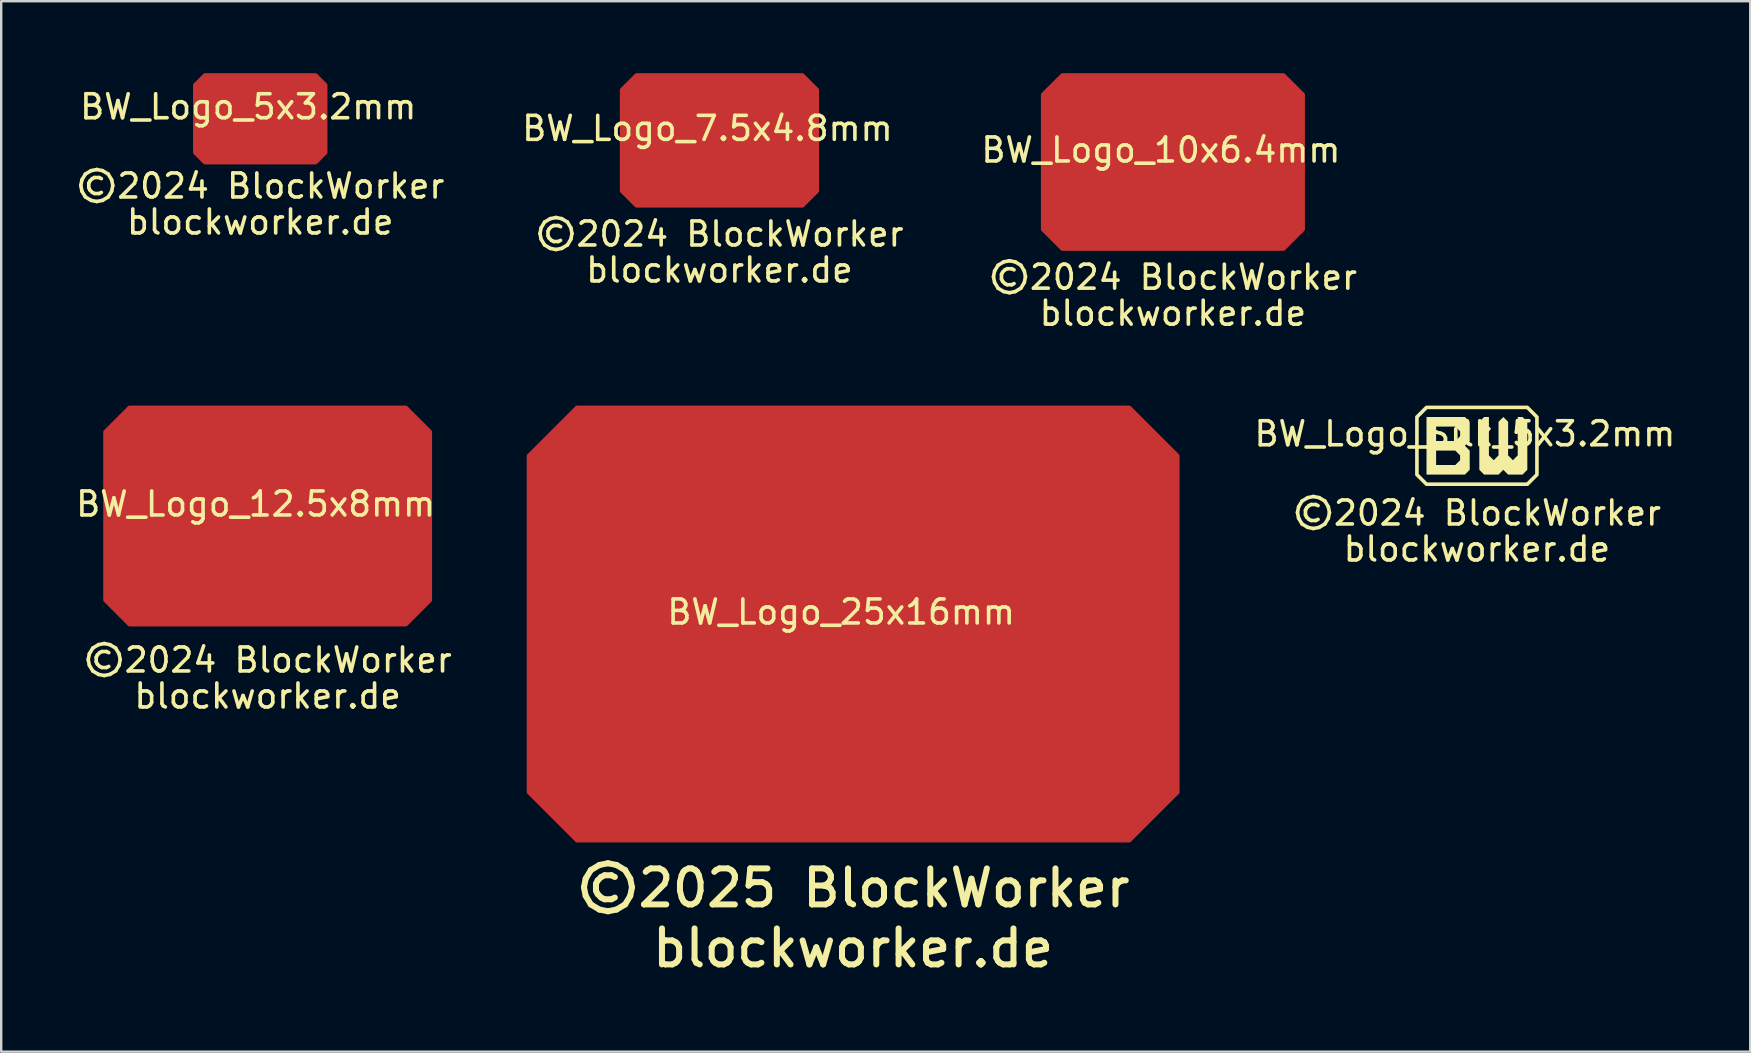
<source format=kicad_pcb>
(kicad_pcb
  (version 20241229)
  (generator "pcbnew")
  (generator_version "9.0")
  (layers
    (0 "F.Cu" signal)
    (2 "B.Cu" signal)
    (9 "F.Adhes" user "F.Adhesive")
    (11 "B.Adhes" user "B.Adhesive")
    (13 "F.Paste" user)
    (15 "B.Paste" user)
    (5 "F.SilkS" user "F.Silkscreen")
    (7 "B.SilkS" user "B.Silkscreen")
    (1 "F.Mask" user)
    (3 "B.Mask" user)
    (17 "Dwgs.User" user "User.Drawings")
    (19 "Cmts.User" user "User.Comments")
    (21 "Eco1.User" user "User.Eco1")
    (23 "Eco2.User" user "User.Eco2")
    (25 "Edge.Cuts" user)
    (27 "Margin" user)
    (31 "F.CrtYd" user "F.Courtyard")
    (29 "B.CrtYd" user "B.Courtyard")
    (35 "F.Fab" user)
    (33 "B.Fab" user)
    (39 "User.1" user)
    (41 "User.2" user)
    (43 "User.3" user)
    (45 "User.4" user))
  (footprint "BW_Logo_25x16mm"
    (layer "F.Cu")
    (at 32.493 22.948)
    (property "Reference" "BW_Logo_25x16mm" (at -0.5 -0.5 0) (unlocked yes) (layer "F.SilkS") (effects (font (size 1 1) (thickness 0.15))))
    (attr smd board_only exclude_from_pos_files exclude_from_bom)
    (fp_poly (pts (xy -13.5 -7) (xy -11.5 -9) (xy 11.5 -9) (xy 13.5 -7) (xy 13.5 7) (xy 11.5 9) (xy -11.5 9) (xy -13.5 7)) (stroke (width 0.2) (type solid)) (fill yes) (layer "F.Cu"))
    (fp_poly (pts (xy -12.5 -6) (xy -10.5 -8) (xy 10.5 -8) (xy 12.5 -6) (xy 12.5 6) (xy 10.5 8) (xy -10.5 8) (xy -12.5 6)) (stroke (width 0.5) (type solid)) (fill no) (layer "F.Mask"))
    (fp_poly (pts (xy -10.5 -6) (xy -10.5 -1) (xy -8.5 -1) (xy -8.5 -4) (xy -4.5 -4) (xy -3.5 -3) (xy -3.5 -2) (xy -4.5 -1) (xy -1.5 -1) (xy -1.5 -5) (xy -2.5 -6)) (stroke (width 0) (type solid)) (fill yes) (layer "F.Mask"))
    (fp_poly (pts (xy -10.5 -1) (xy -10.5 6) (xy -2.5 6) (xy -1.5 5) (xy -1.5 1) (xy -2.5 0) (xy -1.5 -1) (xy -8.5 -1) (xy -8.5 1) (xy -4.5 1) (xy -3.5 2) (xy -3.5 3) (xy -4.5 4) (xy -8.5 4) (xy -8.5 -1)) (stroke (width 0) (type solid)) (fill yes) (layer "F.Mask"))
    (fp_poly (pts (xy 0.5 -5) (xy 0.5 5) (xy 1.5 6) (xy 4.5 6) (xy 5.5 5) (xy 6.5 6) (xy 9.5 6) (xy 10.5 5) (xy 10.5 -5) (xy 9.5 -6) (xy 8.5 -6) (xy 8.5 2) (xy 7.5 3) (xy 6.5 2) (xy 6.5 -5) (xy 5.5 -6) (xy 4.5 -5) (xy 4.5 2) (xy 3.5 3) (xy 2.5 2) (xy 2.5 -6) (xy 1.5 -6)) (stroke (width 0) (type solid)) (fill yes) (layer "F.Mask"))
    (fp_text user "blockworker.de" (at 0 13.5 0) (unlocked yes) (layer "F.SilkS") (effects (font (size 1.5 1.5) (thickness 0.25))))
    (fp_text user "©2025 BlockWorker" (at 0 11 0) (unlocked yes) (layer "F.SilkS") (effects (font (size 1.5 1.5) (thickness 0.25)))))
  (footprint "BW_Logo_Silk_5x3.2mm"
    (layer "F.Cu")
    (at 58.48 15.523)
    (property "Reference" "BW_Logo_Silk_5x3.2mm" (at -0.5 -0.5 0) (unlocked yes) (layer "F.SilkS") (effects (font (size 1 1) (thickness 0.15))))
    (attr smd board_only exclude_from_pos_files exclude_from_bom)
    (fp_poly (pts (xy -2.1 -1.6) (xy -2.5 -1.2) (xy -2.5 1.2) (xy -2.1 1.6) (xy 2.1 1.6) (xy 2.5 1.2) (xy 2.5 -1.2) (xy 2.1 -1.6)) (stroke (width 0.15) (type solid)) (fill no) (layer "F.SilkS"))
    (fp_poly (pts (xy -2.1 -0.2) (xy -2.1 -1.2) (xy -0.5 -1.2) (xy -0.3 -1) (xy -0.3 -0.2) (xy -0.9 -0.2) (xy -0.7 -0.4) (xy -0.7 -0.6) (xy -0.9 -0.8) (xy -1.7 -0.8) (xy -1.7 -0.2)) (stroke (width 0) (type solid)) (fill yes) (layer "F.SilkS"))
    (fp_poly (pts (xy -0.5 1.2) (xy -2.1 1.2) (xy -2.1 -0.2) (xy -0.3 -0.2) (xy -0.5 0) (xy -0.3 0.2) (xy -1.7 0.2) (xy -1.7 0.8) (xy -0.9 0.8) (xy -0.7 0.6) (xy -0.7 0.4) (xy -0.9 0.2) (xy -0.3 0.2) (xy -0.3 1)) (stroke (width 0) (type solid)) (fill yes) (layer "F.SilkS"))
    (fp_poly (pts (xy 0.1 -1) (xy 0.1 1) (xy 0.3 1.2) (xy 0.9 1.2) (xy 1.1 1) (xy 1.3 1.2) (xy 1.9 1.2) (xy 2.1 1) (xy 2.1 -1) (xy 1.9 -1.2) (xy 1.7 -1.2) (xy 1.7 0.4) (xy 1.5 0.6) (xy 1.3 0.4) (xy 1.3 -1) (xy 1.1 -1.2) (xy 0.9 -1) (xy 0.9 0.4) (xy 0.7 0.6) (xy 0.5 0.4) (xy 0.5 -1.2) (xy 0.3 -1.2)) (stroke (width 0) (type solid)) (fill yes) (layer "F.SilkS"))
    (fp_text user "©2024 BlockWorker" (at 0 2.8 0) (unlocked yes) (layer "F.SilkS") (effects (font (size 1 1) (thickness 0.15))))
    (fp_text user "blockworker.de" (at 0 4.3 0) (unlocked yes) (layer "F.SilkS") (effects (font (size 1 1) (thickness 0.15)))))
  (footprint "BW_Logo_10x6.4mm"
    (layer "F.Cu")
    (at 45.815 3.7)
    (property "Reference" "BW_Logo_10x6.4mm" (at -0.5 -0.5 0) (unlocked yes) (layer "F.SilkS") (effects (font (size 1 1) (thickness 0.15))))
    (attr smd)
    (fp_poly (pts (xy -4.6 3.6) (xy -5.4 2.8) (xy -5.4 -2.8) (xy -4.6 -3.6) (xy 4.6 -3.6) (xy 5.4 -2.8) (xy 5.4 2.8) (xy 4.6 3.6)) (stroke (width 0.2) (type solid)) (fill yes) (layer "F.Cu"))
    (fp_poly (pts (xy -5 2.4) (xy -4.2 3.2) (xy 4.2 3.2) (xy 5 2.4) (xy 5 -2.4) (xy 4.2 -3.2) (xy -4.2 -3.2) (xy -5 -2.4)) (stroke (width 0.2) (type solid)) (fill no) (layer "F.Mask"))
    (fp_poly (pts (xy -4.2 -1.6) (xy -4.2 -2.4) (xy -1 -2.4) (xy -0.6 -2) (xy -0.6 -0.4) (xy -1.8 -0.4) (xy -1.4 -0.8) (xy -1.4 -1.2) (xy -1.8 -1.6)) (stroke (width 0) (type solid)) (fill yes) (layer "F.Mask"))
    (fp_poly (pts (xy -4.2 2.4) (xy -1 2.4) (xy -0.6 2) (xy -0.6 0.4) (xy -1 0) (xy -0.6 -0.4) (xy -3.4 -0.4) (xy -3.4 0.4) (xy -1.8 0.4) (xy -1.4 0.8) (xy -1.4 1.2) (xy -1.8 1.6) (xy -3.4 1.6) (xy -3.4 -1.6) (xy -4.2 -1.6)) (stroke (width 0) (type solid)) (fill yes) (layer "F.Mask"))
    (fp_poly (pts (xy 0.2 -2) (xy 0.6 -2.4) (xy 1 -2.4) (xy 1 0.8) (xy 1.4 1.2) (xy 1.8 0.8) (xy 1.8 -2) (xy 2.2 -2.4) (xy 2.6 -2) (xy 2.6 0.8) (xy 3 1.2) (xy 3.4 0.8) (xy 3.4 -2.4) (xy 3.8 -2.4) (xy 4.2 -2) (xy 4.2 2) (xy 3.8 2.4) (xy 2.6 2.4) (xy 2.2 2) (xy 1.8 2.4) (xy 0.6 2.4) (xy 0.2 2)) (stroke (width 0) (type solid)) (fill yes) (layer "F.Mask"))
    (fp_text user "blockworker.de" (at 0 6.3 0) (unlocked yes) (layer "F.SilkS") (effects (font (size 1 1) (thickness 0.15))))
    (fp_text user "©2024 BlockWorker" (at 0 4.8 0) (unlocked yes) (layer "F.SilkS") (effects (font (size 1 1) (thickness 0.15)))))
  (footprint "BW_Logo_12.5x8mm"
    (layer "F.Cu")
    (at 8.101 18.448)
    (property "Reference" "BW_Logo_12.5x8mm" (at -0.5 -0.5 0) (unlocked yes) (layer "F.SilkS") (effects (font (size 1 1) (thickness 0.15))))
    (attr smd board_only exclude_from_pos_files exclude_from_bom)
    (fp_poly (pts (xy -5.75 -4.5) (xy -6.75 -3.5) (xy -6.75 3.5) (xy -5.75 4.5) (xy 5.75 4.5) (xy 6.75 3.5) (xy 6.75 -3.5) (xy 5.75 -4.5)) (stroke (width 0.2) (type solid)) (fill yes) (layer "F.Cu"))
    (fp_poly (pts (xy -5.25 -4) (xy -6.25 -3) (xy -6.25 3) (xy -5.25 4) (xy 5.25 4) (xy 6.25 3) (xy 6.25 -3) (xy 5.25 -4)) (stroke (width 0.2) (type solid)) (fill no) (layer "F.Mask"))
    (fp_poly (pts (xy -5.25 -0.5) (xy -5.25 -3) (xy -1.25 -3) (xy -0.75 -2.5) (xy -0.75 -0.5) (xy -2.25 -0.5) (xy -1.75 -1) (xy -1.75 -1.5) (xy -2.25 -2) (xy -4.25 -2) (xy -4.25 -0.5)) (stroke (width 0) (type solid)) (fill yes) (layer "F.Mask"))
    (fp_poly (pts (xy -1.25 3) (xy -5.25 3) (xy -5.25 -0.5) (xy -0.75 -0.5) (xy -1.25 0) (xy -0.75 0.5) (xy -4.25 0.5) (xy -4.25 2) (xy -2.25 2) (xy -1.75 1.5) (xy -1.75 1) (xy -2.25 0.5) (xy -0.75 0.5) (xy -0.75 2.5)) (stroke (width 0) (type solid)) (fill yes) (layer "F.Mask"))
    (fp_poly (pts (xy 0.25 -2.5) (xy 0.25 2.5) (xy 0.75 3) (xy 2.25 3) (xy 2.75 2.5) (xy 3.25 3) (xy 4.75 3) (xy 5.25 2.5) (xy 5.25 -2.5) (xy 4.75 -3) (xy 4.25 -3) (xy 4.25 1) (xy 3.75 1.5) (xy 3.25 1) (xy 3.25 -2.5) (xy 2.75 -3) (xy 2.25 -2.5) (xy 2.25 1) (xy 1.75 1.5) (xy 1.25 1) (xy 1.25 -3) (xy 0.75 -3)) (stroke (width 0.1) (type solid)) (fill yes) (layer "F.Mask"))
    (fp_text user "©2024 BlockWorker" (at 0 6 0) (unlocked yes) (layer "F.SilkS") (effects (font (size 1 1) (thickness 0.15))))
    (fp_text user "blockworker.de" (at 0 7.5 0) (unlocked yes) (layer "F.SilkS") (effects (font (size 1 1) (thickness 0.15)))))
  (footprint "BW_Logo_5x3.2mm"
    (layer "F.Cu")
    (at 7.792 1.9)
    (property "Reference" "BW_Logo_5x3.2mm" (at -0.5 -0.5 0) (unlocked yes) (layer "F.SilkS") (effects (font (size 1 1) (thickness 0.15))))
    (attr smd)
    (fp_poly (pts (xy -2.7 -1.4) (xy -2.3 -1.8) (xy 2.3 -1.8) (xy 2.7 -1.4) (xy 2.7 1.4) (xy 2.3 1.8) (xy -2.3 1.8) (xy -2.7 1.4)) (stroke (width 0.2) (type solid)) (fill yes) (layer "F.Cu"))
    (fp_poly (pts (xy -2.1 -1.6) (xy -2.5 -1.2) (xy -2.5 1.2) (xy -2.1 1.6) (xy 2.1 1.6) (xy 2.5 1.2) (xy 2.5 -1.2) (xy 2.1 -1.6)) (stroke (width 0.15) (type solid)) (fill no) (layer "F.Mask"))
    (fp_poly (pts (xy -2.1 -0.2) (xy -2.1 -1.2) (xy -0.5 -1.2) (xy -0.3 -1) (xy -0.3 -0.2) (xy -0.9 -0.2) (xy -0.7 -0.4) (xy -0.7 -0.6) (xy -0.9 -0.8) (xy -1.7 -0.8) (xy -1.7 -0.2)) (stroke (width 0) (type solid)) (fill yes) (layer "F.Mask"))
    (fp_poly (pts (xy -0.5 1.2) (xy -2.1 1.2) (xy -2.1 -0.2) (xy -0.3 -0.2) (xy -0.5 0) (xy -0.3 0.2) (xy -1.7 0.2) (xy -1.7 0.8) (xy -0.9 0.8) (xy -0.7 0.6) (xy -0.7 0.4) (xy -0.9 0.2) (xy -0.3 0.2) (xy -0.3 1)) (stroke (width 0) (type solid)) (fill yes) (layer "F.Mask"))
    (fp_poly (pts (xy 0.1 -1) (xy 0.1 1) (xy 0.3 1.2) (xy 0.9 1.2) (xy 1.1 1) (xy 1.3 1.2) (xy 1.9 1.2) (xy 2.1 1) (xy 2.1 -1) (xy 1.9 -1.2) (xy 1.7 -1.2) (xy 1.7 0.4) (xy 1.5 0.6) (xy 1.3 0.4) (xy 1.3 -1) (xy 1.1 -1.2) (xy 0.9 -1) (xy 0.9 0.4) (xy 0.7 0.6) (xy 0.5 0.4) (xy 0.5 -1.2) (xy 0.3 -1.2)) (stroke (width 0) (type solid)) (fill yes) (layer "F.Mask"))
    (fp_text user "blockworker.de" (at 0 4.3 0) (unlocked yes) (layer "F.SilkS") (effects (font (size 1 1) (thickness 0.15))))
    (fp_text user "©2024 BlockWorker" (at 0 2.8 0) (unlocked yes) (layer "F.SilkS") (effects (font (size 1 1) (thickness 0.15)))))
  (footprint "BW_Logo_7.5x4.8mm"
    (layer "F.Cu")
    (at 26.923 2.8)
    (property "Reference" "BW_Logo_7.5x4.8mm" (at -0.5 -0.5 0) (unlocked yes) (layer "F.SilkS") (effects (font (size 1 1) (thickness 0.15))))
    (attr smd board_only exclude_from_pos_files exclude_from_bom)
    (fp_poly (pts (xy -4.05 2.1) (xy -3.45 2.7) (xy 3.45 2.7) (xy 4.05 2.1) (xy 4.05 -2.1) (xy 3.45 -2.7) (xy -3.45 -2.7) (xy -4.05 -2.1)) (stroke (width 0.2) (type solid)) (fill yes) (layer "F.Cu"))
    (fp_poly (pts (xy -3.15 2.4) (xy -3.75 1.8) (xy -3.75 -1.8) (xy -3.15 -2.4) (xy 3.15 -2.4) (xy 3.75 -1.8) (xy 3.75 1.8) (xy 3.15 2.4)) (stroke (width 0.15) (type solid)) (fill no) (layer "F.Mask"))
    (fp_poly (pts (xy -3.15 -0.3) (xy -3.15 -1.8) (xy -0.75 -1.8) (xy -0.45 -1.5) (xy -0.45 -0.3) (xy -1.35 -0.3) (xy -1.05 -0.6) (xy -1.05 -0.9) (xy -1.35 -1.2) (xy -2.55 -1.2) (xy -2.55 -0.3)) (stroke (width 0) (type solid)) (fill yes) (layer "F.Mask"))
    (fp_poly (pts (xy -0.45 1.5) (xy -0.75 1.8) (xy -3.15 1.8) (xy -3.15 -0.3) (xy -2.55 -0.3) (xy -2.55 1.2) (xy -1.35 1.2) (xy -1.05 0.9) (xy -1.05 0.6) (xy -1.35 0.3) (xy -2.55 0.3) (xy -2.55 -0.3) (xy -0.45 -0.3) (xy -0.75 0) (xy -0.45 0.3)) (stroke (width 0) (type solid)) (fill yes) (layer "F.Mask"))
    (fp_poly (pts (xy 0.15 -1.5) (xy 0.45 -1.8) (xy 0.75 -1.8) (xy 0.75 0.6) (xy 1.05 0.9) (xy 1.35 0.6) (xy 1.35 -1.5) (xy 1.65 -1.8) (xy 1.95 -1.5) (xy 1.95 0.6) (xy 2.25 0.9) (xy 2.55 0.6) (xy 2.55 -1.8) (xy 2.85 -1.8) (xy 3.15 -1.5) (xy 3.15 1.5) (xy 2.85 1.8) (xy 1.95 1.8) (xy 1.65 1.5) (xy 1.35 1.8) (xy 0.45 1.8) (xy 0.15 1.5)) (stroke (width 0) (type solid)) (fill yes) (layer "F.Mask"))
    (fp_text user "©2024 BlockWorker" (at 0 3.9 0) (unlocked yes) (layer "F.SilkS") (effects (font (size 1 1) (thickness 0.15))))
    (fp_text user "blockworker.de" (at 0 5.4 0) (unlocked yes) (layer "F.SilkS") (effects (font (size 1 1) (thickness 0.15)))))
  (gr_rect
    (start -3 -3)
    (end 69.867 40.764)
    (stroke (width 0.1) (type default))
    (fill no)
    (layer "Edge.Cuts")))
</source>
